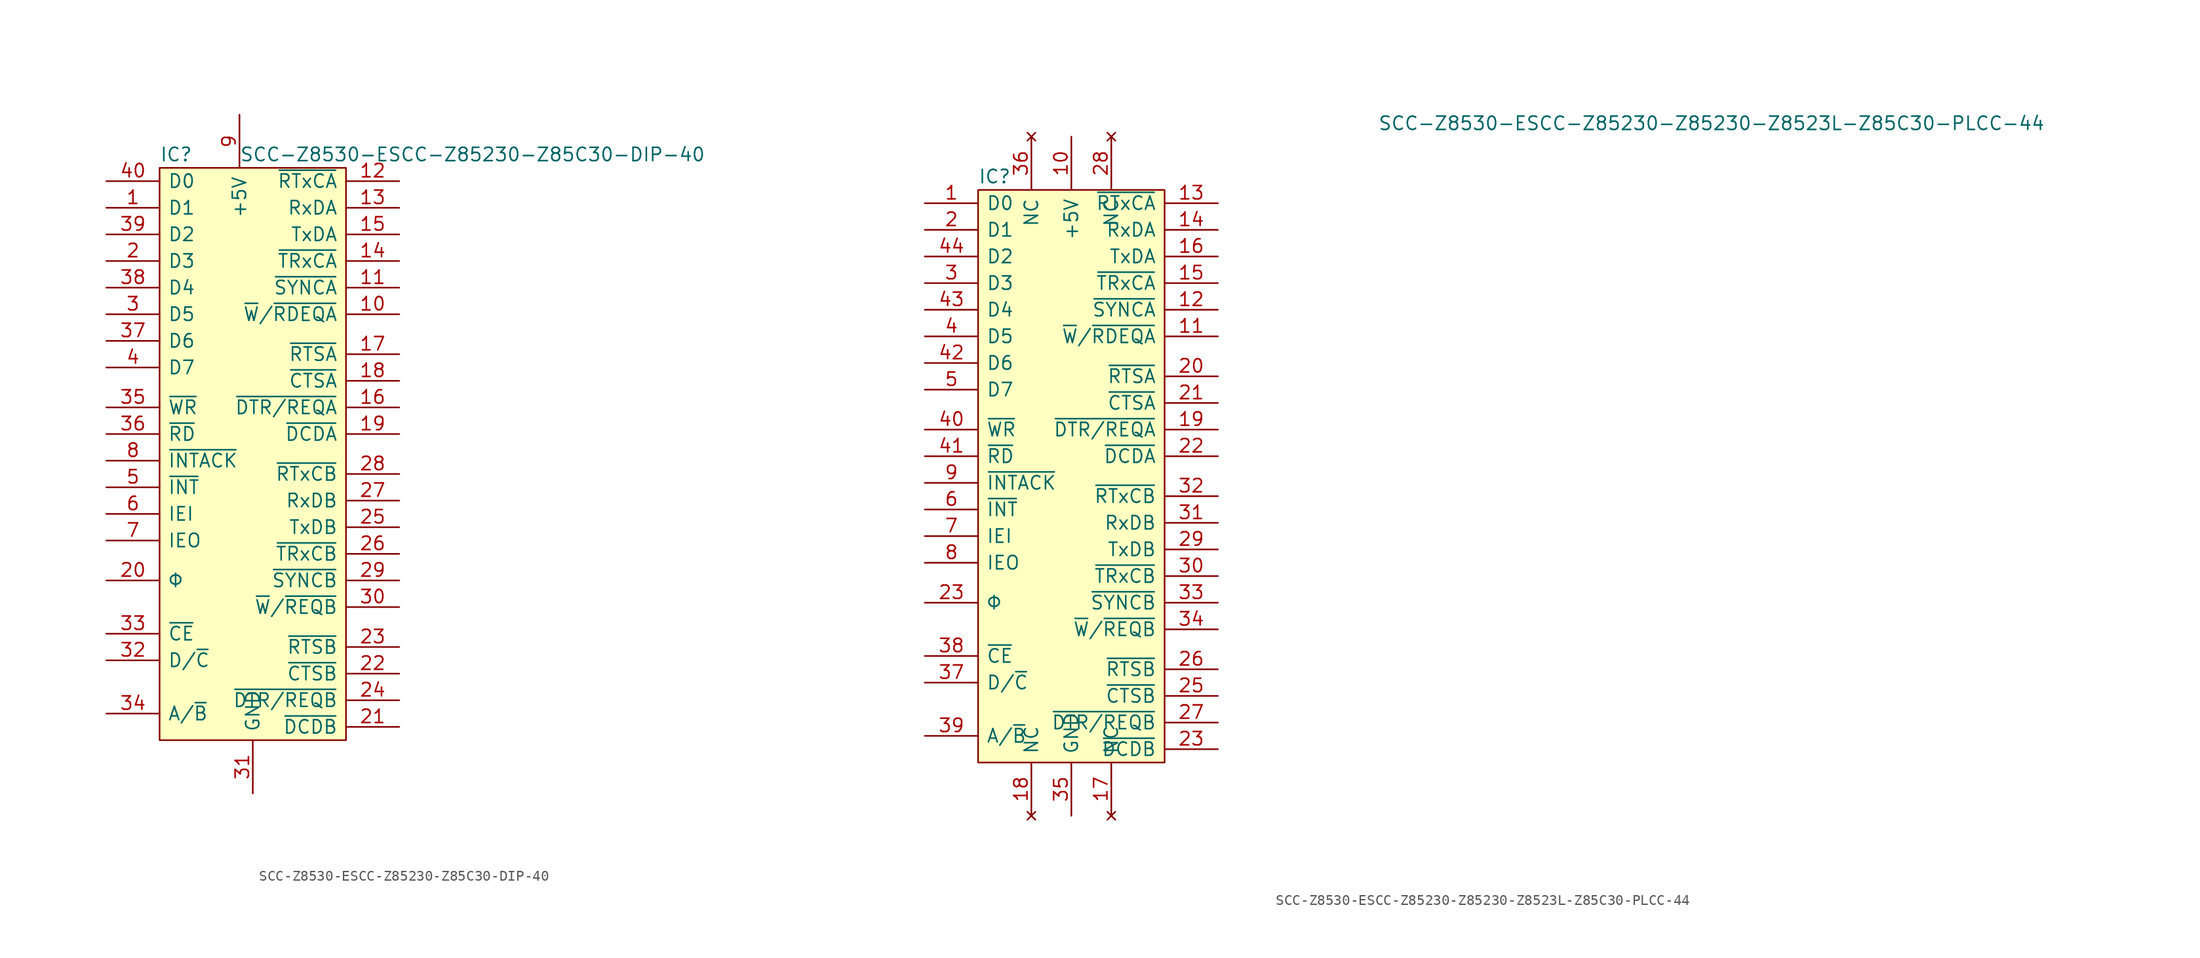
<source format=kicad_sym>
(kicad_symbol_lib
  (version 20220914)
  (generator kicad_symbol_editor)
  (symbol "SCC-Z8530-ESCC-Z85230-Z85C30-DIP-40"
    (pin_names
      (offset 0.762))
    (property "Reference" "IC"
      (at 0 1.27 0)
      (effects (font (size 1.27 1.27)) (justify left)))
    (property "Value" "SCC-Z8530-ESCC-Z85230-Z85C30-DIP-40"
      (at 7.62 1.27 0)
      (effects (font (size 1.27 1.27)) (justify left)))
    (symbol "SCC-Z8530-ESCC-Z85230-Z85C30-DIP-40_0_0"
      (pin bidirectional line (at -5.08 -3.81 0) (length 5.08) (name "D1" (effects (font (size 1.27 1.27)))) (number "1" (effects (font (size 1.27 1.27)))))
      (pin output line (at 22.86 -13.97 180) (length 5.08) (name "~{W}/~{RDEQA}" (effects (font (size 1.27 1.27)))) (number "10" (effects (font (size 1.27 1.27)))))
      (pin bidirectional line (at 22.86 -11.43 180) (length 5.08) (name "~{SYNCA}" (effects (font (size 1.27 1.27)))) (number "11" (effects (font (size 1.27 1.27)))))
      (pin input line (at 22.86 -1.27 180) (length 5.08) (name "~{RTxCA}" (effects (font (size 1.27 1.27)))) (number "12" (effects (font (size 1.27 1.27)))))
      (pin input line (at 22.86 -3.81 180) (length 5.08) (name "RxDA" (effects (font (size 1.27 1.27)))) (number "13" (effects (font (size 1.27 1.27)))))
      (pin input line (at 22.86 -8.89 180) (length 5.08) (name "~{TRxCA}" (effects (font (size 1.27 1.27)))) (number "14" (effects (font (size 1.27 1.27)))))
      (pin output line (at 22.86 -6.35 180) (length 5.08) (name "TxDA" (effects (font (size 1.27 1.27)))) (number "15" (effects (font (size 1.27 1.27)))))
      (pin output line (at 22.86 -22.86 180) (length 5.08) (name "~{DTR/REQA}" (effects (font (size 1.27 1.27)))) (number "16" (effects (font (size 1.27 1.27)))))
      (pin output line (at 22.86 -17.78 180) (length 5.08) (name "~{RTSA}" (effects (font (size 1.27 1.27)))) (number "17" (effects (font (size 1.27 1.27)))))
      (pin input line (at 22.86 -20.32 180) (length 5.08) (name "~{CTSA}" (effects (font (size 1.27 1.27)))) (number "18" (effects (font (size 1.27 1.27)))))
      (pin input line (at 22.86 -25.4 180) (length 5.08) (name "~{DCDA}" (effects (font (size 1.27 1.27)))) (number "19" (effects (font (size 1.27 1.27)))))
      (pin bidirectional line (at -5.08 -8.89 0) (length 5.08) (name "D3" (effects (font (size 1.27 1.27)))) (number "2" (effects (font (size 1.27 1.27)))))
      (pin input line (at -5.08 -39.37 0) (length 5.08) (name "Φ" (effects (font (size 1.27 1.27)))) (number "20" (effects (font (size 1.27 1.27)))))
      (pin input line (at 22.86 -53.34 180) (length 5.08) (name "~{DCDB}" (effects (font (size 1.27 1.27)))) (number "21" (effects (font (size 1.27 1.27)))))
      (pin input line (at 22.86 -48.26 180) (length 5.08) (name "~{CTSB}" (effects (font (size 1.27 1.27)))) (number "22" (effects (font (size 1.27 1.27)))))
      (pin output line (at 22.86 -45.72 180) (length 5.08) (name "~{RTSB}" (effects (font (size 1.27 1.27)))) (number "23" (effects (font (size 1.27 1.27)))))
      (pin output line (at 22.86 -50.8 180) (length 5.08) (name "~{DTR/REQB}" (effects (font (size 1.27 1.27)))) (number "24" (effects (font (size 1.27 1.27)))))
      (pin output line (at 22.86 -34.29 180) (length 5.08) (name "TxDB" (effects (font (size 1.27 1.27)))) (number "25" (effects (font (size 1.27 1.27)))))
      (pin bidirectional line (at 22.86 -36.83 180) (length 5.08) (name "~{TRxCB}" (effects (font (size 1.27 1.27)))) (number "26" (effects (font (size 1.27 1.27)))))
      (pin input line (at 22.86 -31.75 180) (length 5.08) (name "RxDB" (effects (font (size 1.27 1.27)))) (number "27" (effects (font (size 1.27 1.27)))))
      (pin input line (at 22.86 -29.21 180) (length 5.08) (name "~{RTxCB}" (effects (font (size 1.27 1.27)))) (number "28" (effects (font (size 1.27 1.27)))))
      (pin bidirectional line (at 22.86 -39.37 180) (length 5.08) (name "~{SYNCB}" (effects (font (size 1.27 1.27)))) (number "29" (effects (font (size 1.27 1.27)))))
      (pin bidirectional line (at -5.08 -13.97 0) (length 5.08) (name "D5" (effects (font (size 1.27 1.27)))) (number "3" (effects (font (size 1.27 1.27)))))
      (pin output line (at 22.86 -41.91 180) (length 5.08) (name "~{W}/~{REQB}" (effects (font (size 1.27 1.27)))) (number "30" (effects (font (size 1.27 1.27)))))
      (pin power_in line (at 8.89 -59.69 90) (length 5.08) (name "GND" (effects (font (size 1.27 1.27)))) (number "31" (effects (font (size 1.27 1.27)))))
      (pin input line (at -5.08 -46.99 0) (length 5.08) (name "D/~{C}" (effects (font (size 1.27 1.27)))) (number "32" (effects (font (size 1.27 1.27)))))
      (pin input line (at -5.08 -44.45 0) (length 5.08) (name "~{CE}" (effects (font (size 1.27 1.27)))) (number "33" (effects (font (size 1.27 1.27)))))
      (pin input line (at -5.08 -52.07 0) (length 5.08) (name "A/~{B}" (effects (font (size 1.27 1.27)))) (number "34" (effects (font (size 1.27 1.27)))))
      (pin input line (at -5.08 -22.86 0) (length 5.08) (name "~{WR}" (effects (font (size 1.27 1.27)))) (number "35" (effects (font (size 1.27 1.27)))))
      (pin input line (at -5.08 -25.4 0) (length 5.08) (name "~{RD}" (effects (font (size 1.27 1.27)))) (number "36" (effects (font (size 1.27 1.27)))))
      (pin bidirectional line (at -5.08 -16.51 0) (length 5.08) (name "D6" (effects (font (size 1.27 1.27)))) (number "37" (effects (font (size 1.27 1.27)))))
      (pin bidirectional line (at -5.08 -11.43 0) (length 5.08) (name "D4" (effects (font (size 1.27 1.27)))) (number "38" (effects (font (size 1.27 1.27)))))
      (pin bidirectional line (at -5.08 -6.35 0) (length 5.08) (name "D2" (effects (font (size 1.27 1.27)))) (number "39" (effects (font (size 1.27 1.27)))))
      (pin bidirectional line (at -5.08 -19.05 0) (length 5.08) (name "D7" (effects (font (size 1.27 1.27)))) (number "4" (effects (font (size 1.27 1.27)))))
      (pin bidirectional line (at -5.08 -1.27 0) (length 5.08) (name "D0" (effects (font (size 1.27 1.27)))) (number "40" (effects (font (size 1.27 1.27)))))
      (pin input line (at -5.08 -30.48 0) (length 5.08) (name "~{INT}" (effects (font (size 1.27 1.27)))) (number "5" (effects (font (size 1.27 1.27)))))
      (pin input line (at -5.08 -33.02 0) (length 5.08) (name "IEI" (effects (font (size 1.27 1.27)))) (number "6" (effects (font (size 1.27 1.27)))))
      (pin output line (at -5.08 -35.56 0) (length 5.08) (name "IEO" (effects (font (size 1.27 1.27)))) (number "7" (effects (font (size 1.27 1.27)))))
      (pin input line (at -5.08 -27.94 0) (length 5.08) (name "~{INTACK}" (effects (font (size 1.27 1.27)))) (number "8" (effects (font (size 1.27 1.27)))))
      (pin power_in line (at 7.62 5.08 270) (length 5.08) (name "+5V" (effects (font (size 1.27 1.27)))) (number "9" (effects (font (size 1.27 1.27))))))
    (symbol "SCC-Z8530-ESCC-Z85230-Z85C30-DIP-40_0_1"
      (rectangle (start 0 0) (end 17.78 -54.61) (stroke (width 0) (type solid)) (fill (type background)))))
  (symbol "SCC-Z8530-ESCC-Z85230-Z85230-Z8523L-Z85C30-PLCC-44"
    (pin_names
      (offset 0.762))
    (property "Reference" "IC"
      (at 0 1.27 0)
      (effects (font (size 1.27 1.27)) (justify left)))
    (property "Value" "SCC-Z8530-ESCC-Z85230-Z85230-Z8523L-Z85C30-PLCC-44"
      (at 38.1 6.35 0)
      (effects (font (size 1.27 1.27)) (justify left)))
    (symbol "SCC-Z8530-ESCC-Z85230-Z85230-Z8523L-Z85C30-PLCC-44_0_0"
      (pin bidirectional line (at -5.08 -1.27 0) (length 5.08) (name "D0" (effects (font (size 1.27 1.27)))) (number "1" (effects (font (size 1.27 1.27)))))
      (pin power_in line (at 8.89 5.08 270) (length 5.08) (name "+5V" (effects (font (size 1.27 1.27)))) (number "10" (effects (font (size 1.27 1.27)))))
      (pin output line (at 22.86 -13.97 180) (length 5.08) (name "~{W}/~{RDEQA}" (effects (font (size 1.27 1.27)))) (number "11" (effects (font (size 1.27 1.27)))))
      (pin bidirectional line (at 22.86 -11.43 180) (length 5.08) (name "~{SYNCA}" (effects (font (size 1.27 1.27)))) (number "12" (effects (font (size 1.27 1.27)))))
      (pin input line (at 22.86 -1.27 180) (length 5.08) (name "~{RTxCA}" (effects (font (size 1.27 1.27)))) (number "13" (effects (font (size 1.27 1.27)))))
      (pin input line (at 22.86 -3.81 180) (length 5.08) (name "RxDA" (effects (font (size 1.27 1.27)))) (number "14" (effects (font (size 1.27 1.27)))))
      (pin input line (at 22.86 -8.89 180) (length 5.08) (name "~{TRxCA}" (effects (font (size 1.27 1.27)))) (number "15" (effects (font (size 1.27 1.27)))))
      (pin output line (at 22.86 -6.35 180) (length 5.08) (name "TxDA" (effects (font (size 1.27 1.27)))) (number "16" (effects (font (size 1.27 1.27)))))
      (pin no_connect line (at 12.7 -59.69 90) (length 5.08) (name "NC" (effects (font (size 1.27 1.27)))) (number "17" (effects (font (size 1.27 1.27)))))
      (pin no_connect line (at 5.08 -59.69 90) (length 5.08) (name "NC" (effects (font (size 1.27 1.27)))) (number "18" (effects (font (size 1.27 1.27)))))
      (pin output line (at 22.86 -22.86 180) (length 5.08) (name "~{DTR/REQA}" (effects (font (size 1.27 1.27)))) (number "19" (effects (font (size 1.27 1.27)))))
      (pin bidirectional line (at -5.08 -3.81 0) (length 5.08) (name "D1" (effects (font (size 1.27 1.27)))) (number "2" (effects (font (size 1.27 1.27)))))
      (pin output line (at 22.86 -17.78 180) (length 5.08) (name "~{RTSA}" (effects (font (size 1.27 1.27)))) (number "20" (effects (font (size 1.27 1.27)))))
      (pin input line (at 22.86 -20.32 180) (length 5.08) (name "~{CTSA}" (effects (font (size 1.27 1.27)))) (number "21" (effects (font (size 1.27 1.27)))))
      (pin input line (at 22.86 -25.4 180) (length 5.08) (name "~{DCDA}" (effects (font (size 1.27 1.27)))) (number "22" (effects (font (size 1.27 1.27)))))
      (pin input line (at 22.86 -53.34 180) (length 5.08) (name "~{DCDB}" (effects (font (size 1.27 1.27)))) (number "23" (effects (font (size 1.27 1.27)))))
      (pin input line (at -5.08 -39.37 0) (length 5.08) (name "Φ" (effects (font (size 1.27 1.27)))) (number "23" (effects (font (size 1.27 1.27)))))
      (pin input line (at 22.86 -48.26 180) (length 5.08) (name "~{CTSB}" (effects (font (size 1.27 1.27)))) (number "25" (effects (font (size 1.27 1.27)))))
      (pin output line (at 22.86 -45.72 180) (length 5.08) (name "~{RTSB}" (effects (font (size 1.27 1.27)))) (number "26" (effects (font (size 1.27 1.27)))))
      (pin output line (at 22.86 -50.8 180) (length 5.08) (name "~{DTR/REQB}" (effects (font (size 1.27 1.27)))) (number "27" (effects (font (size 1.27 1.27)))))
      (pin no_connect line (at 12.7 5.08 270) (length 5.08) (name "NC" (effects (font (size 1.27 1.27)))) (number "28" (effects (font (size 1.27 1.27)))))
      (pin output line (at 22.86 -34.29 180) (length 5.08) (name "TxDB" (effects (font (size 1.27 1.27)))) (number "29" (effects (font (size 1.27 1.27)))))
      (pin bidirectional line (at -5.08 -8.89 0) (length 5.08) (name "D3" (effects (font (size 1.27 1.27)))) (number "3" (effects (font (size 1.27 1.27)))))
      (pin bidirectional line (at 22.86 -36.83 180) (length 5.08) (name "~{TRxCB}" (effects (font (size 1.27 1.27)))) (number "30" (effects (font (size 1.27 1.27)))))
      (pin input line (at 22.86 -31.75 180) (length 5.08) (name "RxDB" (effects (font (size 1.27 1.27)))) (number "31" (effects (font (size 1.27 1.27)))))
      (pin input line (at 22.86 -29.21 180) (length 5.08) (name "~{RTxCB}" (effects (font (size 1.27 1.27)))) (number "32" (effects (font (size 1.27 1.27)))))
      (pin bidirectional line (at 22.86 -39.37 180) (length 5.08) (name "~{SYNCB}" (effects (font (size 1.27 1.27)))) (number "33" (effects (font (size 1.27 1.27)))))
      (pin output line (at 22.86 -41.91 180) (length 5.08) (name "~{W}/~{REQB}" (effects (font (size 1.27 1.27)))) (number "34" (effects (font (size 1.27 1.27)))))
      (pin power_in line (at 8.89 -59.69 90) (length 5.08) (name "GND" (effects (font (size 1.27 1.27)))) (number "35" (effects (font (size 1.27 1.27)))))
      (pin no_connect line (at 5.08 5.08 270) (length 5.08) (name "NC" (effects (font (size 1.27 1.27)))) (number "36" (effects (font (size 1.27 1.27)))))
      (pin input line (at -5.08 -46.99 0) (length 5.08) (name "D/~{C}" (effects (font (size 1.27 1.27)))) (number "37" (effects (font (size 1.27 1.27)))))
      (pin input line (at -5.08 -44.45 0) (length 5.08) (name "~{CE}" (effects (font (size 1.27 1.27)))) (number "38" (effects (font (size 1.27 1.27)))))
      (pin input line (at -5.08 -52.07 0) (length 5.08) (name "A/~{B}" (effects (font (size 1.27 1.27)))) (number "39" (effects (font (size 1.27 1.27)))))
      (pin bidirectional line (at -5.08 -13.97 0) (length 5.08) (name "D5" (effects (font (size 1.27 1.27)))) (number "4" (effects (font (size 1.27 1.27)))))
      (pin input line (at -5.08 -22.86 0) (length 5.08) (name "~{WR}" (effects (font (size 1.27 1.27)))) (number "40" (effects (font (size 1.27 1.27)))))
      (pin input line (at -5.08 -25.4 0) (length 5.08) (name "~{RD}" (effects (font (size 1.27 1.27)))) (number "41" (effects (font (size 1.27 1.27)))))
      (pin bidirectional line (at -5.08 -16.51 0) (length 5.08) (name "D6" (effects (font (size 1.27 1.27)))) (number "42" (effects (font (size 1.27 1.27)))))
      (pin bidirectional line (at -5.08 -11.43 0) (length 5.08) (name "D4" (effects (font (size 1.27 1.27)))) (number "43" (effects (font (size 1.27 1.27)))))
      (pin bidirectional line (at -5.08 -6.35 0) (length 5.08) (name "D2" (effects (font (size 1.27 1.27)))) (number "44" (effects (font (size 1.27 1.27)))))
      (pin bidirectional line (at -5.08 -19.05 0) (length 5.08) (name "D7" (effects (font (size 1.27 1.27)))) (number "5" (effects (font (size 1.27 1.27)))))
      (pin input line (at -5.08 -30.48 0) (length 5.08) (name "~{INT}" (effects (font (size 1.27 1.27)))) (number "6" (effects (font (size 1.27 1.27)))))
      (pin input line (at -5.08 -33.02 0) (length 5.08) (name "IEI" (effects (font (size 1.27 1.27)))) (number "7" (effects (font (size 1.27 1.27)))))
      (pin output line (at -5.08 -35.56 0) (length 5.08) (name "IEO" (effects (font (size 1.27 1.27)))) (number "8" (effects (font (size 1.27 1.27)))))
      (pin input line (at -5.08 -27.94 0) (length 5.08) (name "~{INTACK}" (effects (font (size 1.27 1.27)))) (number "9" (effects (font (size 1.27 1.27))))))
    (symbol "SCC-Z8530-ESCC-Z85230-Z85230-Z8523L-Z85C30-PLCC-44_0_1"
      (rectangle (start 0 0) (end 17.78 -54.61) (stroke (width 0) (type solid)) (fill (type background))))))
</source>
